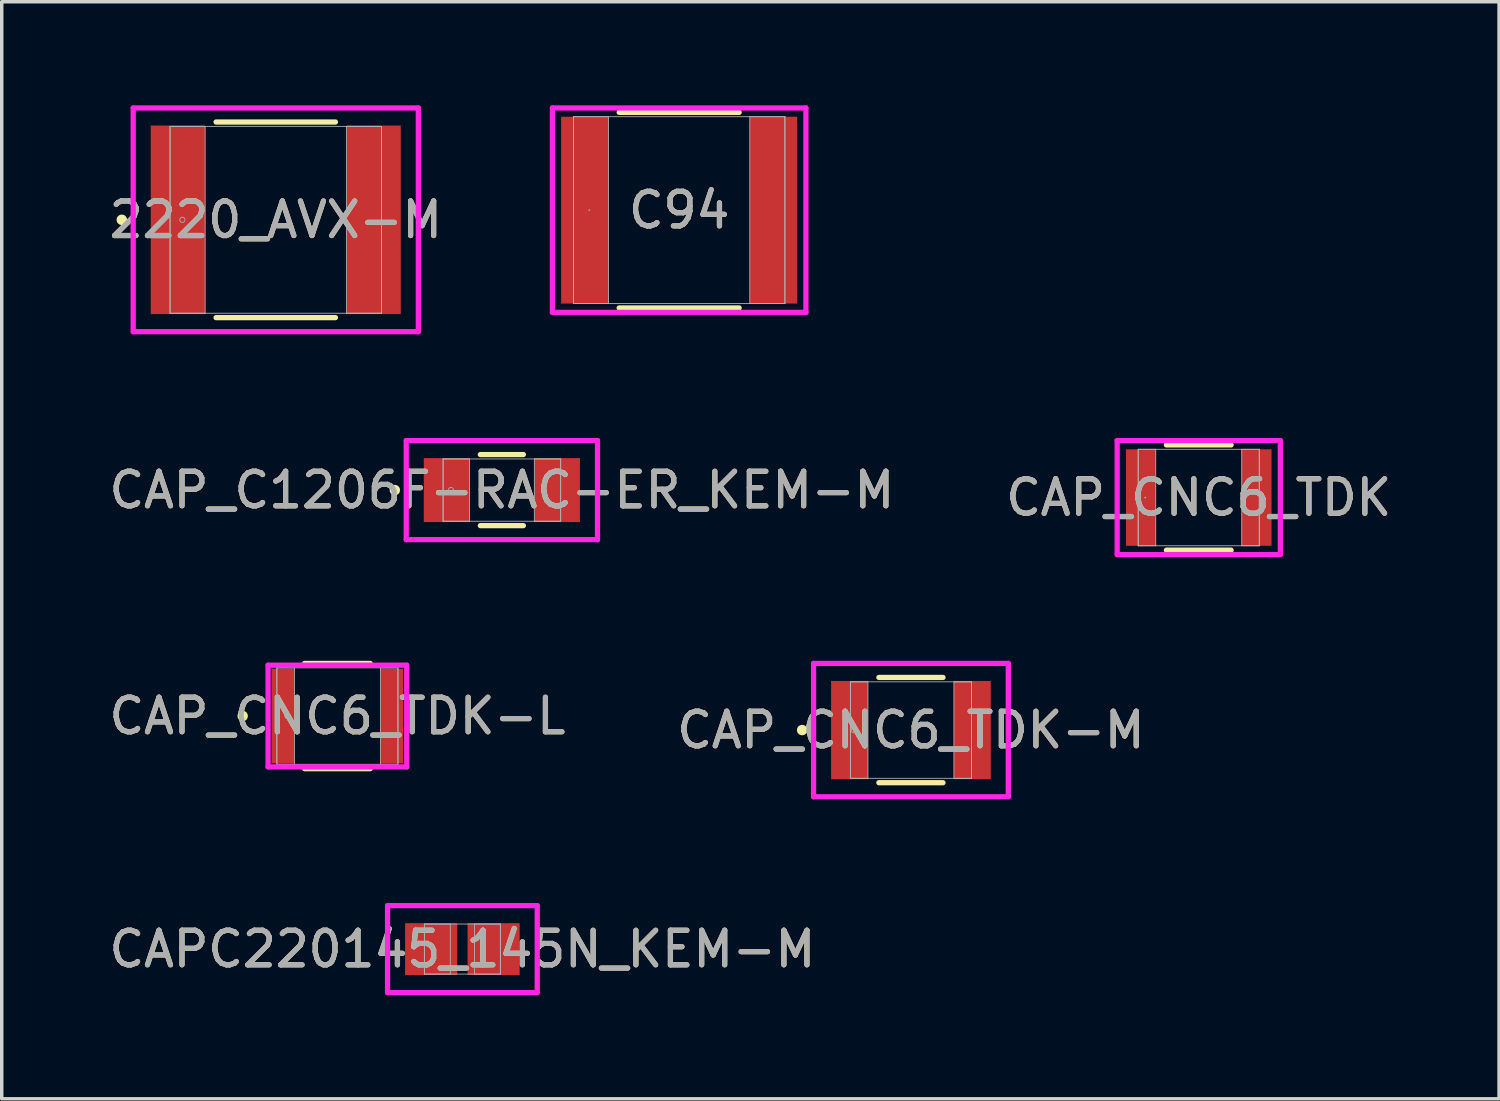
<source format=kicad_pcb>
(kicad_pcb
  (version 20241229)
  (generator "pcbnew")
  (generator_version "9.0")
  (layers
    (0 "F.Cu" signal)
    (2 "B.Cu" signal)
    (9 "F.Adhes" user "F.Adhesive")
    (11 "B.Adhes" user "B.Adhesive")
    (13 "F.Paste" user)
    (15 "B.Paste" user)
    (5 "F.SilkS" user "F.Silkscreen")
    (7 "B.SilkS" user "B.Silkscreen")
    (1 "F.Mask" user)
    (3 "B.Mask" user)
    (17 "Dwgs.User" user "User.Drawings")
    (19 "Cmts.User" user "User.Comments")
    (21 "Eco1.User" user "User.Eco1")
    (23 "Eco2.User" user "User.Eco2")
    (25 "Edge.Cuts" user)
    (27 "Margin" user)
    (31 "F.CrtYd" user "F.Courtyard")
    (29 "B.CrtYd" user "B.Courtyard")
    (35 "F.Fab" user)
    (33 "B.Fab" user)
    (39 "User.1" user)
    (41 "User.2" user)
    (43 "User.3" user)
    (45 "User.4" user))
  (footprint "CAP_CNC6_TDK-L"
    (layer "F.Cu")
    (at 6.72 17.684)
    (property "Reference" "CAP_CNC6_TDK-L" (at 0 0 0) (unlocked yes) (layer "F.SilkS") (effects (font (size 1 1) (thickness 0.15))))
    (attr smd)
    (fp_line (start -0.949 1.524) (end 0.949 1.524) (stroke (width 0.152) (type solid)) (layer "F.SilkS"))
    (fp_line (start 0.949 -1.524) (end -0.949 -1.524) (stroke (width 0.152) (type solid)) (layer "F.SilkS"))
    (fp_circle (center -2.743 0) (end -2.667 0) (stroke (width 0.152) (type solid)) (fill no) (layer "F.SilkS"))
    (fp_line (start -2.007 -1.473) (end 2.007 -1.473) (stroke (width 0.152) (type solid)) (layer "F.CrtYd"))
    (fp_line (start -2.007 1.473) (end -2.007 -1.473) (stroke (width 0.152) (type solid)) (layer "F.CrtYd"))
    (fp_line (start 2.007 -1.473) (end 2.007 1.473) (stroke (width 0.152) (type solid)) (layer "F.CrtYd"))
    (fp_line (start 2.007 1.473) (end -2.007 1.473) (stroke (width 0.152) (type solid)) (layer "F.CrtYd"))
    (fp_line (start -1.753 -1.397) (end -1.753 1.397) (stroke (width 0.025) (type solid)) (layer "F.Fab"))
    (fp_line (start -1.753 -1.397) (end -1.753 1.397) (stroke (width 0.025) (type solid)) (layer "F.Fab"))
    (fp_line (start -1.753 1.397) (end -1.245 1.397) (stroke (width 0.025) (type solid)) (layer "F.Fab"))
    (fp_line (start -1.753 1.397) (end 1.753 1.397) (stroke (width 0.025) (type solid)) (layer "F.Fab"))
    (fp_line (start -1.245 -1.397) (end -1.753 -1.397) (stroke (width 0.025) (type solid)) (layer "F.Fab"))
    (fp_line (start -1.245 1.397) (end -1.245 -1.397) (stroke (width 0.025) (type solid)) (layer "F.Fab"))
    (fp_line (start 1.245 -1.397) (end 1.245 1.397) (stroke (width 0.025) (type solid)) (layer "F.Fab"))
    (fp_line (start 1.245 1.397) (end 1.753 1.397) (stroke (width 0.025) (type solid)) (layer "F.Fab"))
    (fp_line (start 1.753 -1.397) (end -1.753 -1.397) (stroke (width 0.025) (type solid)) (layer "F.Fab"))
    (fp_line (start 1.753 -1.397) (end 1.245 -1.397) (stroke (width 0.025) (type solid)) (layer "F.Fab"))
    (fp_line (start 1.753 1.397) (end 1.753 -1.397) (stroke (width 0.025) (type solid)) (layer "F.Fab"))
    (fp_line (start 1.753 1.397) (end 1.753 -1.397) (stroke (width 0.025) (type solid)) (layer "F.Fab"))
    (fp_circle (center -1.448 0) (end -1.372 0) (stroke (width 0.025) (type solid)) (fill no) (layer "F.Fab"))
    (fp_text user "${REFERENCE}" (at 0 0 0) (unlocked yes) (layer "F.Fab") (effects (font (size 1 1) (thickness 0.15))))
    (pad "1" smd rect (at -1.575 0) (size 0.66 2.743) (layers "F.Cu" "F.Mask" "F.Paste"))
    (pad "2" smd rect (at 1.575 0) (size 0.66 2.743) (layers "F.Cu" "F.Mask" "F.Paste"))
    (zone (net_name "") (layer "F.Cu") (hatch full 0.508) (connect_pads) (min_thickness 0.254) (filled_areas_thickness no) (keepout (tracks not_allowed) (vias not_allowed) (pads allowed) (copperpour not_allowed) (footprints allowed)) (placement (enabled no)) (fill) (polygon (pts (xy 5.526 16.338) (xy 7.914 16.338) (xy 7.914 19.03) (xy 5.526 19.03)))))
  (footprint "2220_AVX-M"
    (layer "F.Cu")
    (at 4.935 3.315)
    (property "Reference" "2220_AVX-M" (at 0 0 0) (unlocked yes) (layer "F.SilkS") (effects (font (size 1 1) (thickness 0.15))))
    (attr smd)
    (fp_line (start -1.728 2.832) (end 1.728 2.832) (stroke (width 0.152) (type solid)) (layer "F.SilkS"))
    (fp_line (start 1.728 -2.832) (end -1.728 -2.832) (stroke (width 0.152) (type solid)) (layer "F.SilkS"))
    (fp_circle (center -4.458 0) (end -4.381 0) (stroke (width 0.152) (type solid)) (fill no) (layer "F.SilkS"))
    (fp_line (start -4.128 -3.239) (end 4.128 -3.239) (stroke (width 0.152) (type solid)) (layer "F.CrtYd"))
    (fp_line (start -4.128 3.239) (end -4.128 -3.239) (stroke (width 0.152) (type solid)) (layer "F.CrtYd"))
    (fp_line (start 4.128 -3.239) (end 4.128 3.239) (stroke (width 0.152) (type solid)) (layer "F.CrtYd"))
    (fp_line (start 4.128 3.239) (end -4.128 3.239) (stroke (width 0.152) (type solid)) (layer "F.CrtYd"))
    (fp_line (start -3.061 -2.705) (end -3.061 2.705) (stroke (width 0.025) (type solid)) (layer "F.Fab"))
    (fp_line (start -3.061 -2.705) (end -3.061 2.705) (stroke (width 0.025) (type solid)) (layer "F.Fab"))
    (fp_line (start -3.061 2.705) (end -2.045 2.705) (stroke (width 0.025) (type solid)) (layer "F.Fab"))
    (fp_line (start -3.061 2.705) (end 3.061 2.705) (stroke (width 0.025) (type solid)) (layer "F.Fab"))
    (fp_line (start -2.045 -2.705) (end -3.061 -2.705) (stroke (width 0.025) (type solid)) (layer "F.Fab"))
    (fp_line (start -2.045 2.705) (end -2.045 -2.705) (stroke (width 0.025) (type solid)) (layer "F.Fab"))
    (fp_line (start 2.045 -2.705) (end 2.045 2.705) (stroke (width 0.025) (type solid)) (layer "F.Fab"))
    (fp_line (start 2.045 2.705) (end 3.061 2.705) (stroke (width 0.025) (type solid)) (layer "F.Fab"))
    (fp_line (start 3.061 -2.705) (end -3.061 -2.705) (stroke (width 0.025) (type solid)) (layer "F.Fab"))
    (fp_line (start 3.061 -2.705) (end 2.045 -2.705) (stroke (width 0.025) (type solid)) (layer "F.Fab"))
    (fp_line (start 3.061 2.705) (end 3.061 -2.705) (stroke (width 0.025) (type solid)) (layer "F.Fab"))
    (fp_line (start 3.061 2.705) (end 3.061 -2.705) (stroke (width 0.025) (type solid)) (layer "F.Fab"))
    (fp_circle (center -2.705 0) (end -2.629 0) (stroke (width 0.025) (type solid)) (fill no) (layer "F.Fab"))
    (fp_text user "${REFERENCE}" (at 0 0 0) (unlocked yes) (layer "F.Fab") (effects (font (size 1 1) (thickness 0.15))))
    (pad "1" smd rect (at -2.832 0) (size 1.575 5.461) (layers "F.Cu" "F.Mask" "F.Paste"))
    (pad "2" smd rect (at 2.832 0) (size 1.575 5.461) (layers "F.Cu" "F.Mask" "F.Paste"))
    (zone (net_name "") (layer "F.Cu") (hatch full 0.508) (connect_pads) (min_thickness 0.254) (filled_areas_thickness no) (keepout (tracks not_allowed) (vias not_allowed) (pads allowed) (copperpour not_allowed) (footprints allowed)) (placement (enabled no)) (fill) (polygon (pts (xy 2.941 0.66) (xy 6.928 0.66) (xy 6.928 5.969) (xy 2.941 5.969)))))
  (footprint "CAP_CNC6_TDK-M"
    (layer "F.Cu")
    (at 23.327 18.09)
    (property "Reference" "CAP_CNC6_TDK-M" (at 0 0 0) (unlocked yes) (layer "F.SilkS") (effects (font (size 1 1) (thickness 0.15))))
    (attr smd)
    (fp_line (start -0.928 1.524) (end 0.928 1.524) (stroke (width 0.152) (type solid)) (layer "F.SilkS"))
    (fp_line (start 0.928 -1.524) (end -0.928 -1.524) (stroke (width 0.152) (type solid)) (layer "F.SilkS"))
    (fp_circle (center -3.15 0) (end -3.073 0) (stroke (width 0.152) (type solid)) (fill no) (layer "F.SilkS"))
    (fp_line (start -2.819 -1.93) (end 2.819 -1.93) (stroke (width 0.152) (type solid)) (layer "F.CrtYd"))
    (fp_line (start -2.819 1.93) (end -2.819 -1.93) (stroke (width 0.152) (type solid)) (layer "F.CrtYd"))
    (fp_line (start 2.819 -1.93) (end 2.819 1.93) (stroke (width 0.152) (type solid)) (layer "F.CrtYd"))
    (fp_line (start 2.819 1.93) (end -2.819 1.93) (stroke (width 0.152) (type solid)) (layer "F.CrtYd"))
    (fp_line (start -1.753 -1.397) (end -1.753 1.397) (stroke (width 0.025) (type solid)) (layer "F.Fab"))
    (fp_line (start -1.753 -1.397) (end -1.753 1.397) (stroke (width 0.025) (type solid)) (layer "F.Fab"))
    (fp_line (start -1.753 1.397) (end -1.245 1.397) (stroke (width 0.025) (type solid)) (layer "F.Fab"))
    (fp_line (start -1.753 1.397) (end 1.753 1.397) (stroke (width 0.025) (type solid)) (layer "F.Fab"))
    (fp_line (start -1.245 -1.397) (end -1.753 -1.397) (stroke (width 0.025) (type solid)) (layer "F.Fab"))
    (fp_line (start -1.245 1.397) (end -1.245 -1.397) (stroke (width 0.025) (type solid)) (layer "F.Fab"))
    (fp_line (start 1.245 -1.397) (end 1.245 1.397) (stroke (width 0.025) (type solid)) (layer "F.Fab"))
    (fp_line (start 1.245 1.397) (end 1.753 1.397) (stroke (width 0.025) (type solid)) (layer "F.Fab"))
    (fp_line (start 1.753 -1.397) (end -1.753 -1.397) (stroke (width 0.025) (type solid)) (layer "F.Fab"))
    (fp_line (start 1.753 -1.397) (end 1.245 -1.397) (stroke (width 0.025) (type solid)) (layer "F.Fab"))
    (fp_line (start 1.753 1.397) (end 1.753 -1.397) (stroke (width 0.025) (type solid)) (layer "F.Fab"))
    (fp_line (start 1.753 1.397) (end 1.753 -1.397) (stroke (width 0.025) (type solid)) (layer "F.Fab"))
    (fp_circle (center -1.651 0) (end -1.575 0) (stroke (width 0.025) (type solid)) (fill no) (layer "F.Fab"))
    (fp_text user "${REFERENCE}" (at 0 0 0) (unlocked yes) (layer "F.Fab") (effects (font (size 1 1) (thickness 0.15))))
    (pad "1" smd rect (at -1.778 0) (size 1.067 2.845) (layers "F.Cu" "F.Mask" "F.Paste"))
    (pad "2" smd rect (at 1.778 0) (size 1.067 2.845) (layers "F.Cu" "F.Mask" "F.Paste"))
    (zone (net_name "") (layer "F.Cu") (hatch full 0.508) (connect_pads) (min_thickness 0.254) (filled_areas_thickness no) (keepout (tracks not_allowed) (vias not_allowed) (pads allowed) (copperpour not_allowed) (footprints allowed)) (placement (enabled no)) (fill) (polygon (pts (xy 22.134 16.744) (xy 24.521 16.744) (xy 24.521 19.437) (xy 22.134 19.437)))))
  (footprint "CAPC220145_145N_KEM-M"
    (layer "F.Cu")
    (at 10.339 24.432)
    (property "Reference" "CAPC220145_145N_KEM-M" (at 0 0 0) (unlocked yes) (layer "F.SilkS") (effects (font (size 1 1) (thickness 0.15))))
    (attr smd)
    (fp_line (start -2.167 -1.258) (end 2.167 -1.258) (stroke (width 0.152) (type solid)) (layer "F.CrtYd"))
    (fp_line (start -2.167 1.258) (end -2.167 -1.258) (stroke (width 0.152) (type solid)) (layer "F.CrtYd"))
    (fp_line (start 2.167 -1.258) (end 2.167 1.258) (stroke (width 0.152) (type solid)) (layer "F.CrtYd"))
    (fp_line (start 2.167 1.258) (end -2.167 1.258) (stroke (width 0.152) (type solid)) (layer "F.CrtYd"))
    (fp_line (start -1.1 -0.725) (end -1.1 0.725) (stroke (width 0.025) (type solid)) (layer "F.Fab"))
    (fp_line (start -1.1 -0.725) (end -1.1 0.725) (stroke (width 0.025) (type solid)) (layer "F.Fab"))
    (fp_line (start -1.1 0.725) (end -0.35 0.725) (stroke (width 0.025) (type solid)) (layer "F.Fab"))
    (fp_line (start -1.1 0.725) (end 1.1 0.725) (stroke (width 0.025) (type solid)) (layer "F.Fab"))
    (fp_line (start -0.35 -0.725) (end -1.1 -0.725) (stroke (width 0.025) (type solid)) (layer "F.Fab"))
    (fp_line (start -0.35 0.725) (end -0.35 -0.725) (stroke (width 0.025) (type solid)) (layer "F.Fab"))
    (fp_line (start 0.35 -0.725) (end 0.35 0.725) (stroke (width 0.025) (type solid)) (layer "F.Fab"))
    (fp_line (start 0.35 0.725) (end 1.1 0.725) (stroke (width 0.025) (type solid)) (layer "F.Fab"))
    (fp_line (start 1.1 -0.725) (end -1.1 -0.725) (stroke (width 0.025) (type solid)) (layer "F.Fab"))
    (fp_line (start 1.1 -0.725) (end 0.35 -0.725) (stroke (width 0.025) (type solid)) (layer "F.Fab"))
    (fp_line (start 1.1 0.725) (end 1.1 -0.725) (stroke (width 0.025) (type solid)) (layer "F.Fab"))
    (fp_line (start 1.1 0.725) (end 1.1 -0.725) (stroke (width 0.025) (type solid)) (layer "F.Fab"))
    (fp_text user "${REFERENCE}" (at 0 0 0) (unlocked yes) (layer "F.Fab") (effects (font (size 1 1) (thickness 0.15))))
    (pad "1" smd rect (at -0.904 0) (size 1.509 1.501) (layers "F.Cu" "F.Mask" "F.Paste"))
    (pad "2" smd rect (at 0.904 0) (size 1.509 1.501) (layers "F.Cu" "F.Mask" "F.Paste"))
    (zone (net_name "") (layer "F.Cu") (hatch full 0.508) (connect_pads) (min_thickness 0.254) (filled_areas_thickness no) (keepout (tracks not_allowed) (vias not_allowed) (pads allowed) (copperpour not_allowed) (footprints allowed)) (placement (enabled no)) (fill) (polygon (pts (xy 10.24 23.757) (xy 10.438 23.757) (xy 10.438 25.106) (xy 10.24 25.106)))))
  (footprint "CAP_CNC6_TDK"
    (layer "F.Cu")
    (at 31.661 11.357)
    (property "Reference" "CAP_CNC6_TDK" (at 0 0 0) (unlocked yes) (layer "F.SilkS") (effects (font (size 1 1) (thickness 0.15))))
    (attr smd)
    (fp_line (start -0.937 1.524) (end 0.937 1.524) (stroke (width 0.152) (type solid)) (layer "F.SilkS"))
    (fp_line (start 0.937 -1.524) (end -0.937 -1.524) (stroke (width 0.152) (type solid)) (layer "F.SilkS"))
    (fp_line (start -2.362 -1.651) (end 2.362 -1.651) (stroke (width 0.152) (type solid)) (layer "F.CrtYd"))
    (fp_line (start -2.362 1.651) (end -2.362 -1.651) (stroke (width 0.152) (type solid)) (layer "F.CrtYd"))
    (fp_line (start 2.362 -1.651) (end 2.362 1.651) (stroke (width 0.152) (type solid)) (layer "F.CrtYd"))
    (fp_line (start 2.362 1.651) (end -2.362 1.651) (stroke (width 0.152) (type solid)) (layer "F.CrtYd"))
    (fp_line (start -1.753 -1.397) (end -1.753 1.397) (stroke (width 0.025) (type solid)) (layer "F.Fab"))
    (fp_line (start -1.753 -1.397) (end -1.753 1.397) (stroke (width 0.025) (type solid)) (layer "F.Fab"))
    (fp_line (start -1.753 1.397) (end -1.245 1.397) (stroke (width 0.025) (type solid)) (layer "F.Fab"))
    (fp_line (start -1.753 1.397) (end 1.753 1.397) (stroke (width 0.025) (type solid)) (layer "F.Fab"))
    (fp_line (start -1.245 -1.397) (end -1.753 -1.397) (stroke (width 0.025) (type solid)) (layer "F.Fab"))
    (fp_line (start -1.245 1.397) (end -1.245 -1.397) (stroke (width 0.025) (type solid)) (layer "F.Fab"))
    (fp_line (start 1.245 -1.397) (end 1.245 1.397) (stroke (width 0.025) (type solid)) (layer "F.Fab"))
    (fp_line (start 1.245 1.397) (end 1.753 1.397) (stroke (width 0.025) (type solid)) (layer "F.Fab"))
    (fp_line (start 1.753 -1.397) (end -1.753 -1.397) (stroke (width 0.025) (type solid)) (layer "F.Fab"))
    (fp_line (start 1.753 -1.397) (end 1.245 -1.397) (stroke (width 0.025) (type solid)) (layer "F.Fab"))
    (fp_line (start 1.753 1.397) (end 1.753 -1.397) (stroke (width 0.025) (type solid)) (layer "F.Fab"))
    (fp_line (start 1.753 1.397) (end 1.753 -1.397) (stroke (width 0.025) (type solid)) (layer "F.Fab"))
    (fp_circle (center -1.549 0) (end -1.549 0) (stroke (width 0.025) (type solid)) (fill no) (layer "F.Fab"))
    (fp_text user "${REFERENCE}" (at 0 0 0) (unlocked yes) (layer "F.Fab") (effects (font (size 1 1) (thickness 0.15))))
    (pad "1" smd rect (at -1.676 0) (size 0.864 2.794) (layers "F.Cu" "F.Mask" "F.Paste"))
    (pad "2" smd rect (at 1.676 0) (size 0.864 2.794) (layers "F.Cu" "F.Mask" "F.Paste"))
    (zone (net_name "") (layer "F.Cu") (hatch full 0.508) (connect_pads) (min_thickness 0.254) (filled_areas_thickness no) (keepout (tracks not_allowed) (vias not_allowed) (pads allowed) (copperpour not_allowed) (footprints allowed)) (placement (enabled no)) (fill) (polygon (pts (xy 30.467 10.01) (xy 32.855 10.01) (xy 32.855 12.703) (xy 30.467 12.703)))))
  (footprint "CAP_C1206F-RAC-ER_KEM-M"
    (layer "F.Cu")
    (at 11.482 11.141)
    (property "Reference" "CAP_C1206F-RAC-ER_KEM-M" (at 0 0 0) (unlocked yes) (layer "F.SilkS") (effects (font (size 1 1) (thickness 0.15))))
    (attr smd)
    (fp_line (start -0.623 1.029) (end 0.623 1.029) (stroke (width 0.152) (type solid)) (layer "F.SilkS"))
    (fp_line (start 0.623 -1.029) (end -0.623 -1.029) (stroke (width 0.152) (type solid)) (layer "F.SilkS"))
    (fp_circle (center -3.099 0) (end -3.023 0) (stroke (width 0.152) (type solid)) (fill no) (layer "F.SilkS"))
    (fp_line (start -2.769 -1.435) (end 2.769 -1.435) (stroke (width 0.152) (type solid)) (layer "F.CrtYd"))
    (fp_line (start -2.769 1.435) (end -2.769 -1.435) (stroke (width 0.152) (type solid)) (layer "F.CrtYd"))
    (fp_line (start 2.769 -1.435) (end 2.769 1.435) (stroke (width 0.152) (type solid)) (layer "F.CrtYd"))
    (fp_line (start 2.769 1.435) (end -2.769 1.435) (stroke (width 0.152) (type solid)) (layer "F.CrtYd"))
    (fp_line (start -1.702 -0.902) (end -1.702 0.902) (stroke (width 0.025) (type solid)) (layer "F.Fab"))
    (fp_line (start -1.702 -0.902) (end -1.702 0.902) (stroke (width 0.025) (type solid)) (layer "F.Fab"))
    (fp_line (start -1.702 0.902) (end -0.94 0.902) (stroke (width 0.025) (type solid)) (layer "F.Fab"))
    (fp_line (start -1.702 0.902) (end 1.702 0.902) (stroke (width 0.025) (type solid)) (layer "F.Fab"))
    (fp_line (start -0.94 -0.902) (end -1.702 -0.902) (stroke (width 0.025) (type solid)) (layer "F.Fab"))
    (fp_line (start -0.94 0.902) (end -0.94 -0.902) (stroke (width 0.025) (type solid)) (layer "F.Fab"))
    (fp_line (start 0.94 -0.902) (end 0.94 0.902) (stroke (width 0.025) (type solid)) (layer "F.Fab"))
    (fp_line (start 0.94 0.902) (end 1.702 0.902) (stroke (width 0.025) (type solid)) (layer "F.Fab"))
    (fp_line (start 1.702 -0.902) (end -1.702 -0.902) (stroke (width 0.025) (type solid)) (layer "F.Fab"))
    (fp_line (start 1.702 -0.902) (end 0.94 -0.902) (stroke (width 0.025) (type solid)) (layer "F.Fab"))
    (fp_line (start 1.702 0.902) (end 1.702 -0.902) (stroke (width 0.025) (type solid)) (layer "F.Fab"))
    (fp_line (start 1.702 0.902) (end 1.702 -0.902) (stroke (width 0.025) (type solid)) (layer "F.Fab"))
    (fp_circle (center -1.473 0) (end -1.397 0) (stroke (width 0.025) (type solid)) (fill no) (layer "F.Fab"))
    (fp_text user "${REFERENCE}" (at 0 0 0) (unlocked yes) (layer "F.Fab") (effects (font (size 1 1) (thickness 0.15))))
    (pad "1" smd rect (at -1.6 0) (size 1.321 1.854) (layers "F.Cu" "F.Mask" "F.Paste"))
    (pad "2" smd rect (at 1.6 0) (size 1.321 1.854) (layers "F.Cu" "F.Mask" "F.Paste"))
    (zone (net_name "") (layer "F.Cu") (hatch full 0.508) (connect_pads) (min_thickness 0.254) (filled_areas_thickness no) (keepout (tracks not_allowed) (vias not_allowed) (pads allowed) (copperpour not_allowed) (footprints allowed)) (placement (enabled no)) (fill) (polygon (pts (xy 10.593 10.29) (xy 12.371 10.29) (xy 12.371 11.992) (xy 10.593 11.992)))))
  (footprint "C94"
    (layer "F.Cu")
    (at 16.616 3.035)
    (property "Reference" "C94" (at 0 0 0) (unlocked yes) (layer "F.SilkS") (effects (font (size 1 1) (thickness 0.15))))
    (attr smd)
    (fp_line (start -1.737 2.832) (end 1.737 2.832) (stroke (width 0.152) (type solid)) (layer "F.SilkS"))
    (fp_line (start 1.737 -2.832) (end -1.737 -2.832) (stroke (width 0.152) (type solid)) (layer "F.SilkS"))
    (fp_line (start -3.67 -2.959) (end 3.67 -2.959) (stroke (width 0.152) (type solid)) (layer "F.CrtYd"))
    (fp_line (start -3.67 2.959) (end -3.67 -2.959) (stroke (width 0.152) (type solid)) (layer "F.CrtYd"))
    (fp_line (start 3.67 -2.959) (end 3.67 2.959) (stroke (width 0.152) (type solid)) (layer "F.CrtYd"))
    (fp_line (start 3.67 2.959) (end -3.67 2.959) (stroke (width 0.152) (type solid)) (layer "F.CrtYd"))
    (fp_line (start -3.061 -2.705) (end -3.061 2.705) (stroke (width 0.025) (type solid)) (layer "F.Fab"))
    (fp_line (start -3.061 -2.705) (end -3.061 2.705) (stroke (width 0.025) (type solid)) (layer "F.Fab"))
    (fp_line (start -3.061 2.705) (end -2.045 2.705) (stroke (width 0.025) (type solid)) (layer "F.Fab"))
    (fp_line (start -3.061 2.705) (end 3.061 2.705) (stroke (width 0.025) (type solid)) (layer "F.Fab"))
    (fp_line (start -2.045 -2.705) (end -3.061 -2.705) (stroke (width 0.025) (type solid)) (layer "F.Fab"))
    (fp_line (start -2.045 2.705) (end -2.045 -2.705) (stroke (width 0.025) (type solid)) (layer "F.Fab"))
    (fp_line (start 2.045 -2.705) (end 2.045 2.705) (stroke (width 0.025) (type solid)) (layer "F.Fab"))
    (fp_line (start 2.045 2.705) (end 3.061 2.705) (stroke (width 0.025) (type solid)) (layer "F.Fab"))
    (fp_line (start 3.061 -2.705) (end -3.061 -2.705) (stroke (width 0.025) (type solid)) (layer "F.Fab"))
    (fp_line (start 3.061 -2.705) (end 2.045 -2.705) (stroke (width 0.025) (type solid)) (layer "F.Fab"))
    (fp_line (start 3.061 2.705) (end 3.061 -2.705) (stroke (width 0.025) (type solid)) (layer "F.Fab"))
    (fp_line (start 3.061 2.705) (end 3.061 -2.705) (stroke (width 0.025) (type solid)) (layer "F.Fab"))
    (fp_circle (center -2.603 0) (end -2.603 0) (stroke (width 0.025) (type solid)) (fill no) (layer "F.Fab"))
    (fp_text user "${REFERENCE}" (at 0 0 0) (unlocked yes) (layer "F.Fab") (effects (font (size 1 1) (thickness 0.15))))
    (pad "1" smd rect (at -2.731 0) (size 1.372 5.41) (layers "F.Cu" "F.Mask" "F.Paste"))
    (pad "2" smd rect (at 2.731 0) (size 1.372 5.41) (layers "F.Cu" "F.Mask" "F.Paste"))
    (zone (net_name "") (layer "F.Cu") (hatch full 0.508) (connect_pads) (min_thickness 0.254) (filled_areas_thickness no) (keepout (tracks not_allowed) (vias not_allowed) (pads allowed) (copperpour not_allowed) (footprints allowed)) (placement (enabled no)) (fill) (polygon (pts (xy 14.622 0.381) (xy 18.609 0.381) (xy 18.609 5.69) (xy 14.622 5.69)))))
  (gr_rect
    (start -3 -3)
    (end 40.357 28.766)
    (stroke (width 0.1) (type default))
    (fill no)
    (layer "Edge.Cuts")))
</source>
